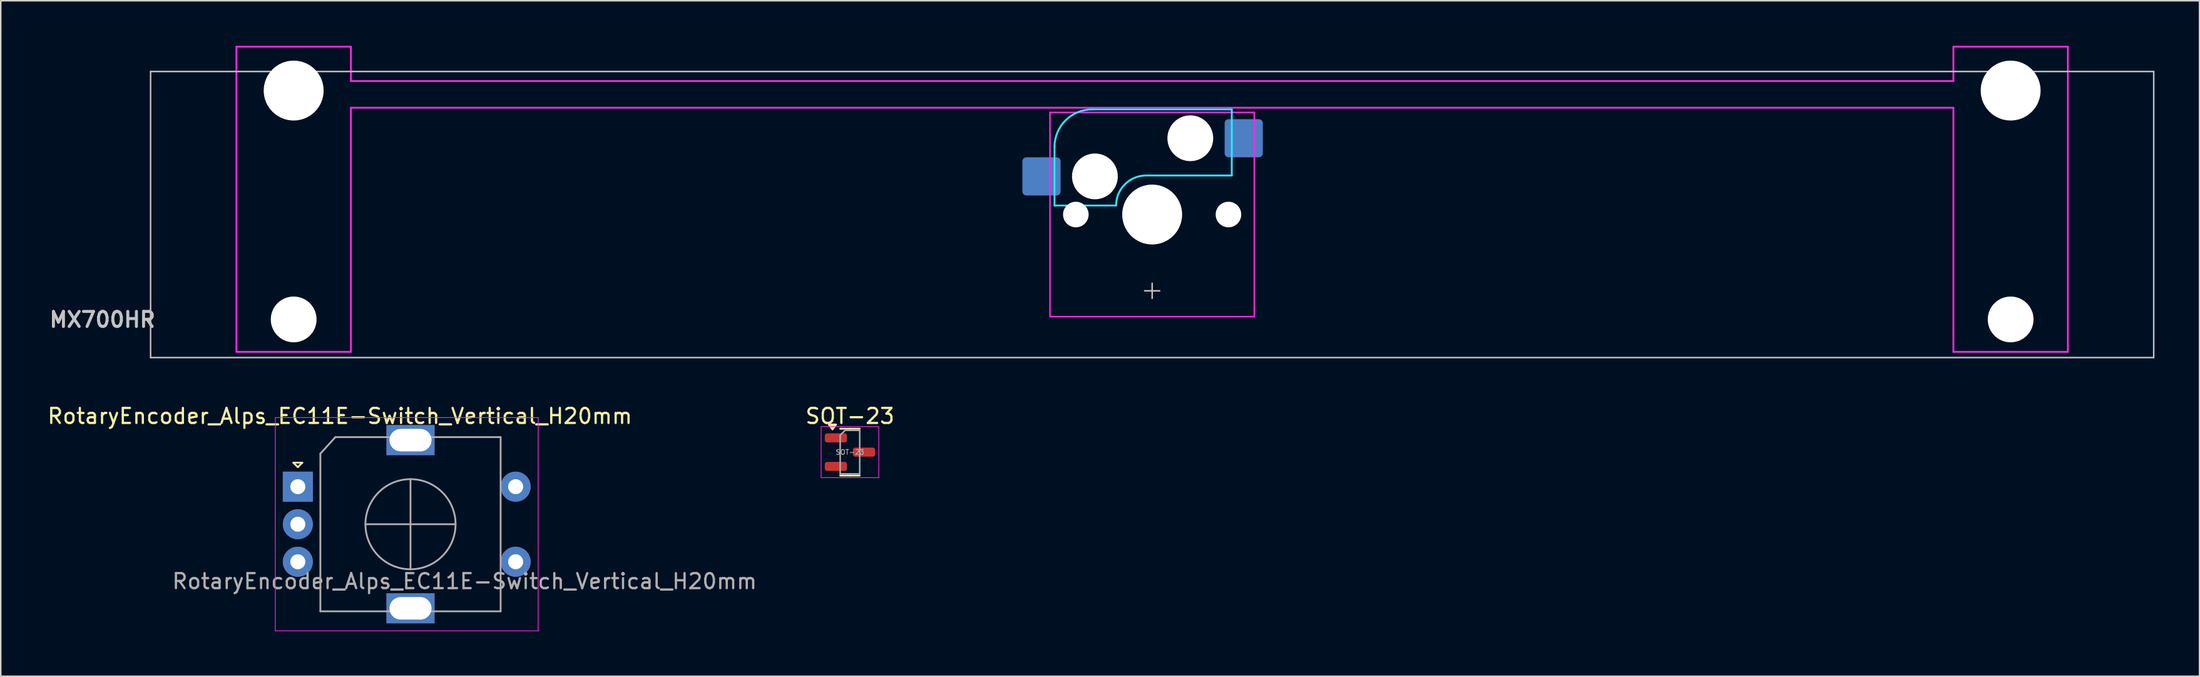
<source format=kicad_pcb>
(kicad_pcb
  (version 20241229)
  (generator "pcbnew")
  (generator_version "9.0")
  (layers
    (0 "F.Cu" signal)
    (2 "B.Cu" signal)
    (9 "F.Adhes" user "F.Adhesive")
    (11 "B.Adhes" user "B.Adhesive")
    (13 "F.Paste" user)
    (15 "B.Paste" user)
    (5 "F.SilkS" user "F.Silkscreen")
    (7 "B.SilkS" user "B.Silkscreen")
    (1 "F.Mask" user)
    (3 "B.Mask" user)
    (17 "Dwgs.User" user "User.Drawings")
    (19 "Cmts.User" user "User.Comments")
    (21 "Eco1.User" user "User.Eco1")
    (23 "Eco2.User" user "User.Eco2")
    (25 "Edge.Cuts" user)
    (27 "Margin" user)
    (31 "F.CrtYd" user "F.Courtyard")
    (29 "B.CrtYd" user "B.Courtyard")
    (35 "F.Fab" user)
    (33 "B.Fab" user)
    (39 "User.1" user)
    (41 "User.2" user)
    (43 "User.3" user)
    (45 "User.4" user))
  (footprint "MX700HR"
    (layer "F.Cu")
    (at 73.65 11.236)
    (property "Reference" "MX700HR" (at -66.25 7 0) (layer "Dwgs.User") (effects (font (size 1 1) (thickness 0.2)) (justify right)))
    (attr smd)
    (fp_line (start -66.675 -9.525) (end -66.675 9.525) (stroke (width 0.1) (type solid)) (layer "Dwgs.User"))
    (fp_line (start 0 4.58) (end 0 5.58) (stroke (width 0.1) (type solid)) (layer "Dwgs.User"))
    (fp_line (start 0.5 5.08) (end -0.5 5.08) (stroke (width 0.1) (type solid)) (layer "Dwgs.User"))
    (fp_line (start 66.675 -9.525) (end -66.675 -9.525) (stroke (width 0.1) (type solid)) (layer "Dwgs.User"))
    (fp_line (start 66.675 -9.525) (end 66.675 9.525) (stroke (width 0.1) (type solid)) (layer "Dwgs.User"))
    (fp_line (start 66.675 9.525) (end -66.675 9.525) (stroke (width 0.1) (type solid)) (layer "Dwgs.User"))
    (fp_line (start -60.65 5.485) (end -60.65 -8.515) (stroke (width 0.1) (type solid)) (layer "Eco1.User"))
    (fp_line (start -60.15 5.985) (end -54.15 5.985) (stroke (width 0.1) (type solid)) (layer "Eco1.User"))
    (fp_line (start -54.15 -9.015) (end -60.15 -9.015) (stroke (width 0.1) (type solid)) (layer "Eco1.User"))
    (fp_line (start -53.65 -8.515) (end -53.65 5.485) (stroke (width 0.1) (type solid)) (layer "Eco1.User"))
    (fp_line (start -7 6.5) (end -7 -6.5) (stroke (width 0.1) (type solid)) (layer "Eco1.User"))
    (fp_line (start -6.5 -7) (end 6.5 -7) (stroke (width 0.1) (type solid)) (layer "Eco1.User"))
    (fp_line (start 6.5 7) (end -6.5 7) (stroke (width 0.1) (type solid)) (layer "Eco1.User"))
    (fp_line (start 7 -6.5) (end 7 6.5) (stroke (width 0.1) (type solid)) (layer "Eco1.User"))
    (fp_line (start 53.65 5.485) (end 53.65 -8.515) (stroke (width 0.1) (type solid)) (layer "Eco1.User"))
    (fp_line (start 54.15 5.985) (end 60.15 5.985) (stroke (width 0.1) (type solid)) (layer "Eco1.User"))
    (fp_line (start 60.15 -9.015) (end 54.15 -9.015) (stroke (width 0.1) (type solid)) (layer "Eco1.User"))
    (fp_line (start 60.65 -8.515) (end 60.65 5.485) (stroke (width 0.1) (type solid)) (layer "Eco1.User"))
    (fp_arc (start -60.65 -8.515) (mid -60.503553 -8.868553) (end -60.15 -9.015) (stroke (width 0.1) (type solid)) (layer "Eco1.User"))
    (fp_arc (start -60.15 5.985) (mid -60.503553 5.838553) (end -60.65 5.485) (stroke (width 0.1) (type solid)) (layer "Eco1.User"))
    (fp_arc (start -54.15 -9.015) (mid -53.796447 -8.868553) (end -53.65 -8.515) (stroke (width 0.1) (type solid)) (layer "Eco1.User"))
    (fp_arc (start -53.65 5.485) (mid -53.796447 5.838553) (end -54.15 5.985) (stroke (width 0.1) (type solid)) (layer "Eco1.User"))
    (fp_arc (start -7 -6.5) (mid -6.853553 -6.853553) (end -6.5 -7) (stroke (width 0.1) (type solid)) (layer "Eco1.User"))
    (fp_arc (start -6.5 7) (mid -6.853553 6.853553) (end -7 6.5) (stroke (width 0.1) (type solid)) (layer "Eco1.User"))
    (fp_arc (start 6.5 -7) (mid 6.853553 -6.853553) (end 7 -6.5) (stroke (width 0.1) (type solid)) (layer "Eco1.User"))
    (fp_arc (start 7 6.5) (mid 6.853553 6.853553) (end 6.5 7) (stroke (width 0.1) (type solid)) (layer "Eco1.User"))
    (fp_arc (start 53.65 -8.515) (mid 53.796447 -8.868553) (end 54.15 -9.015) (stroke (width 0.1) (type solid)) (layer "Eco1.User"))
    (fp_arc (start 54.15 5.985) (mid 53.796447 5.838553) (end 53.65 5.485) (stroke (width 0.1) (type solid)) (layer "Eco1.User"))
    (fp_arc (start 60.15 -9.015) (mid 60.503553 -8.868553) (end 60.65 -8.515) (stroke (width 0.1) (type solid)) (layer "Eco1.User"))
    (fp_arc (start 60.65 5.485) (mid 60.503553 5.838553) (end 60.15 5.985) (stroke (width 0.1) (type solid)) (layer "Eco1.User"))
    (fp_line (start -6.5 -4.5) (end -6.5 -0.6) (stroke (width 0.12) (type solid)) (layer "B.CrtYd"))
    (fp_line (start -6.5 -0.6) (end -2.4 -0.6) (stroke (width 0.12) (type solid)) (layer "B.CrtYd"))
    (fp_line (start -4 -7) (end 5.2 -7) (stroke (width 0.12) (type solid)) (layer "B.CrtYd"))
    (fp_line (start -0.4 -2.6) (end 5.3 -2.6) (stroke (width 0.127) (type solid)) (layer "B.CrtYd"))
    (fp_line (start 5.2 -7) (end 5.3 -7) (stroke (width 0.12) (type solid)) (layer "B.CrtYd"))
    (fp_line (start 5.3 -7) (end 5.3 -2.6) (stroke (width 0.127) (type solid)) (layer "B.CrtYd"))
    (fp_arc (start -6.5 -4.5) (mid -5.767767 -6.267767) (end -4 -7) (stroke (width 0.127) (type solid)) (layer "B.CrtYd"))
    (fp_arc (start -2.4 -0.6) (mid -1.814214 -2.014214) (end -0.4 -2.6) (stroke (width 0.127) (type solid)) (layer "B.CrtYd"))
    (fp_line (start -60.96 -11.176) (end -60.96 9.144) (stroke (width 0.12) (type solid)) (layer "F.CrtYd"))
    (fp_line (start -60.96 -11.176) (end -53.34 -11.176) (stroke (width 0.12) (type solid)) (layer "F.CrtYd"))
    (fp_line (start -60.96 9.144) (end -53.34 9.144) (stroke (width 0.12) (type solid)) (layer "F.CrtYd"))
    (fp_line (start -53.34 -11.176) (end -53.34 -8.89) (stroke (width 0.12) (type solid)) (layer "F.CrtYd"))
    (fp_line (start -53.34 -8.89) (end 53.34 -8.89) (stroke (width 0.12) (type solid)) (layer "F.CrtYd"))
    (fp_line (start -53.34 -7.112) (end -53.34 9.144) (stroke (width 0.12) (type solid)) (layer "F.CrtYd"))
    (fp_line (start -53.34 -7.112) (end 53.34 -7.112) (stroke (width 0.12) (type solid)) (layer "F.CrtYd"))
    (fp_line (start -6.8 -6.8) (end -6.8 6.8) (stroke (width 0.1) (type solid)) (layer "F.CrtYd"))
    (fp_line (start -6.8 -6.8) (end 6.8 -6.8) (stroke (width 0.1) (type solid)) (layer "F.CrtYd"))
    (fp_line (start -6.8 6.8) (end 6.8 6.8) (stroke (width 0.1) (type solid)) (layer "F.CrtYd"))
    (fp_line (start 6.8 -6.8) (end 6.8 6.8) (stroke (width 0.1) (type solid)) (layer "F.CrtYd"))
    (fp_line (start 53.34 -11.176) (end 53.34 -8.89) (stroke (width 0.12) (type solid)) (layer "F.CrtYd"))
    (fp_line (start 53.34 -7.112) (end 53.34 9.144) (stroke (width 0.12) (type solid)) (layer "F.CrtYd"))
    (fp_line (start 60.96 -11.176) (end 53.34 -11.176) (stroke (width 0.12) (type solid)) (layer "F.CrtYd"))
    (fp_line (start 60.96 -11.176) (end 60.96 9.144) (stroke (width 0.12) (type solid)) (layer "F.CrtYd"))
    (fp_line (start 60.96 9.144) (end 53.34 9.144) (stroke (width 0.12) (type solid)) (layer "F.CrtYd"))
    (pad "" np_thru_hole circle (at -57.15 -8.255 180) (size 3.988 3.988) (drill 3.988) (layers "*.Cu" "*.Mask"))
    (pad "" np_thru_hole circle (at -57.15 6.985 180) (size 3.048 3.048) (drill 3.048) (layers "*.Cu" "*.Mask"))
    (pad "" np_thru_hole circle (at -5.08 0) (size 1.702 1.702) (drill 1.702) (layers "*.Cu" "*.Mask"))
    (pad "" np_thru_hole circle (at -3.81 -2.54) (size 3.048 3.048) (drill 3.048) (layers "*.Cu" "*.Mask"))
    (pad "" np_thru_hole circle (at 0 0) (size 3.988 3.988) (drill 3.988) (layers "*.Cu" "*.Mask"))
    (pad "" np_thru_hole circle (at 2.54 -5.08) (size 3.048 3.048) (drill 3.048) (layers "*.Cu" "*.Mask"))
    (pad "" np_thru_hole circle (at 5.08 0) (size 1.702 1.702) (drill 1.702) (layers "*.Cu" "*.Mask"))
    (pad "" np_thru_hole circle (at 57.15 -8.255 180) (size 3.988 3.988) (drill 3.988) (layers "*.Cu" "*.Mask"))
    (pad "" np_thru_hole circle (at 57.15 6.985 180) (size 3.048 3.048) (drill 3.048) (layers "*.Cu" "*.Mask"))
    (pad "1" smd roundrect (at 6.096 -5.08) (size 2.54 2.54) (layers "B.Cu" "B.Mask") (roundrect_rratio 0.1))
    (pad "2" smd roundrect (at -7.366 -2.54) (size 2.54 2.54) (layers "B.Cu" "B.Mask") (roundrect_rratio 0.1)))
  (footprint "SOT-23"
    (layer "F.Cu")
    (at 53.532 27.059)
    (property "Reference" "SOT-23" (at 0 -2.4 0) (layer "F.SilkS") (effects (font (size 1 1) (thickness 0.15))))
    (attr smd)
    (fp_line (start 0 -1.56) (end -0.65 -1.56) (stroke (width 0.12) (type solid)) (layer "F.SilkS"))
    (fp_line (start 0 -1.56) (end 0.65 -1.56) (stroke (width 0.12) (type solid)) (layer "F.SilkS"))
    (fp_line (start 0 1.56) (end -0.65 1.56) (stroke (width 0.12) (type solid)) (layer "F.SilkS"))
    (fp_line (start 0 1.56) (end 0.65 1.56) (stroke (width 0.12) (type solid)) (layer "F.SilkS"))
    (fp_poly (pts (xy -1.163 -1.51) (xy -1.403 -1.84) (xy -0.922 -1.84)) (stroke (width 0.12) (type solid)) (fill yes) (layer "F.SilkS"))
    (fp_rect (start -1.92 -1.7) (end 1.92 1.7) (stroke (width 0.05) (type solid)) (fill no) (layer "F.CrtYd"))
    (fp_line (start -0.65 -1.125) (end -0.325 -1.45) (stroke (width 0.1) (type solid)) (layer "F.Fab"))
    (fp_line (start -0.65 1.45) (end -0.65 -1.125) (stroke (width 0.1) (type solid)) (layer "F.Fab"))
    (fp_line (start -0.325 -1.45) (end 0.65 -1.45) (stroke (width 0.1) (type solid)) (layer "F.Fab"))
    (fp_line (start 0.65 -1.45) (end 0.65 1.45) (stroke (width 0.1) (type solid)) (layer "F.Fab"))
    (fp_line (start 0.65 1.45) (end -0.65 1.45) (stroke (width 0.1) (type solid)) (layer "F.Fab"))
    (fp_text user "${REFERENCE}" (at 0 0 0) (layer "F.Fab") (effects (font (size 0.32 0.32) (thickness 0.05))))
    (pad "1" smd roundrect (at -0.938 -0.95 180) (size 1.475 0.6) (layers "F.Cu" "F.Mask" "F.Paste") (roundrect_rratio 0.25))
    (pad "2" smd roundrect (at -0.938 0.95 180) (size 1.475 0.6) (layers "F.Cu" "F.Mask" "F.Paste") (roundrect_rratio 0.25))
    (pad "3" smd roundrect (at 0.938 0 180) (size 1.475 0.6) (layers "F.Cu" "F.Mask" "F.Paste") (roundrect_rratio 0.25)))
  (footprint "RotaryEncoder_Alps_EC11E-Switch_Vertical_H20mm"
    (layer "F.Cu")
    (at 16.777 29.359)
    (property "Reference" "RotaryEncoder_Alps_EC11E-Switch_Vertical_H20mm" (at 2.8 -4.7 180) (layer "F.SilkS") (effects (font (size 1 1) (thickness 0.15))))
    (attr through_hole)
    (fp_line (start -0.3 -1.6) (end 0.3 -1.6) (stroke (width 0.12) (type solid)) (layer "F.SilkS"))
    (fp_line (start 0 -1.3) (end -0.3 -1.6) (stroke (width 0.12) (type solid)) (layer "F.SilkS"))
    (fp_line (start 0.3 -1.6) (end 0 -1.3) (stroke (width 0.12) (type solid)) (layer "F.SilkS"))
    (fp_line (start -1.5 -4.6) (end -1.5 9.6) (stroke (width 0.05) (type solid)) (layer "F.CrtYd"))
    (fp_line (start -1.5 -4.6) (end 16 -4.6) (stroke (width 0.05) (type solid)) (layer "F.CrtYd"))
    (fp_line (start 16 9.6) (end -1.5 9.6) (stroke (width 0.05) (type solid)) (layer "F.CrtYd"))
    (fp_line (start 16 9.6) (end 16 -4.6) (stroke (width 0.05) (type solid)) (layer "F.CrtYd"))
    (fp_line (start 1.5 -2.2) (end 2.5 -3.3) (stroke (width 0.12) (type solid)) (layer "F.Fab"))
    (fp_line (start 1.5 8.3) (end 1.5 -2.2) (stroke (width 0.12) (type solid)) (layer "F.Fab"))
    (fp_line (start 2.5 -3.3) (end 13.5 -3.3) (stroke (width 0.12) (type solid)) (layer "F.Fab"))
    (fp_line (start 4.5 2.5) (end 10.5 2.5) (stroke (width 0.12) (type solid)) (layer "F.Fab"))
    (fp_line (start 7.5 -0.5) (end 7.5 5.5) (stroke (width 0.12) (type solid)) (layer "F.Fab"))
    (fp_line (start 13.5 -3.3) (end 13.5 8.3) (stroke (width 0.12) (type solid)) (layer "F.Fab"))
    (fp_line (start 13.5 8.3) (end 1.5 8.3) (stroke (width 0.12) (type solid)) (layer "F.Fab"))
    (fp_circle (center 7.5 2.5) (end 10.5 2.5) (stroke (width 0.12) (type solid)) (fill no) (layer "F.Fab"))
    (fp_text user "${REFERENCE}" (at 11.1 6.3 180) (layer "F.Fab") (effects (font (size 1 1) (thickness 0.15))))
    (pad "A" thru_hole rect (at 0 0) (size 2 2) (drill 1) (layers "*.Cu" "*.Mask"))
    (pad "B" thru_hole circle (at 0 5) (size 2 2) (drill 1) (layers "*.Cu" "*.Mask"))
    (pad "C" thru_hole circle (at 0 2.5) (size 2 2) (drill 1) (layers "*.Cu" "*.Mask"))
    (pad "MP" thru_hole rect (at 7.5 -3.1) (size 3.2 2) (drill oval 2.8 1.5) (layers "*.Cu" "*.Mask"))
    (pad "MP" thru_hole rect (at 7.5 8.1) (size 3.2 2) (drill oval 2.8 1.5) (layers "*.Cu" "*.Mask"))
    (pad "S1" thru_hole circle (at 14.5 5) (size 2 2) (drill 1) (layers "*.Cu" "*.Mask"))
    (pad "S2" thru_hole circle (at 14.5 0) (size 2 2) (drill 1) (layers "*.Cu" "*.Mask")))
  (gr_rect
    (start -3 -3)
    (end 143.375 41.984)
    (stroke (width 0.1) (type default))
    (fill no)
    (layer "Edge.Cuts")))
</source>
